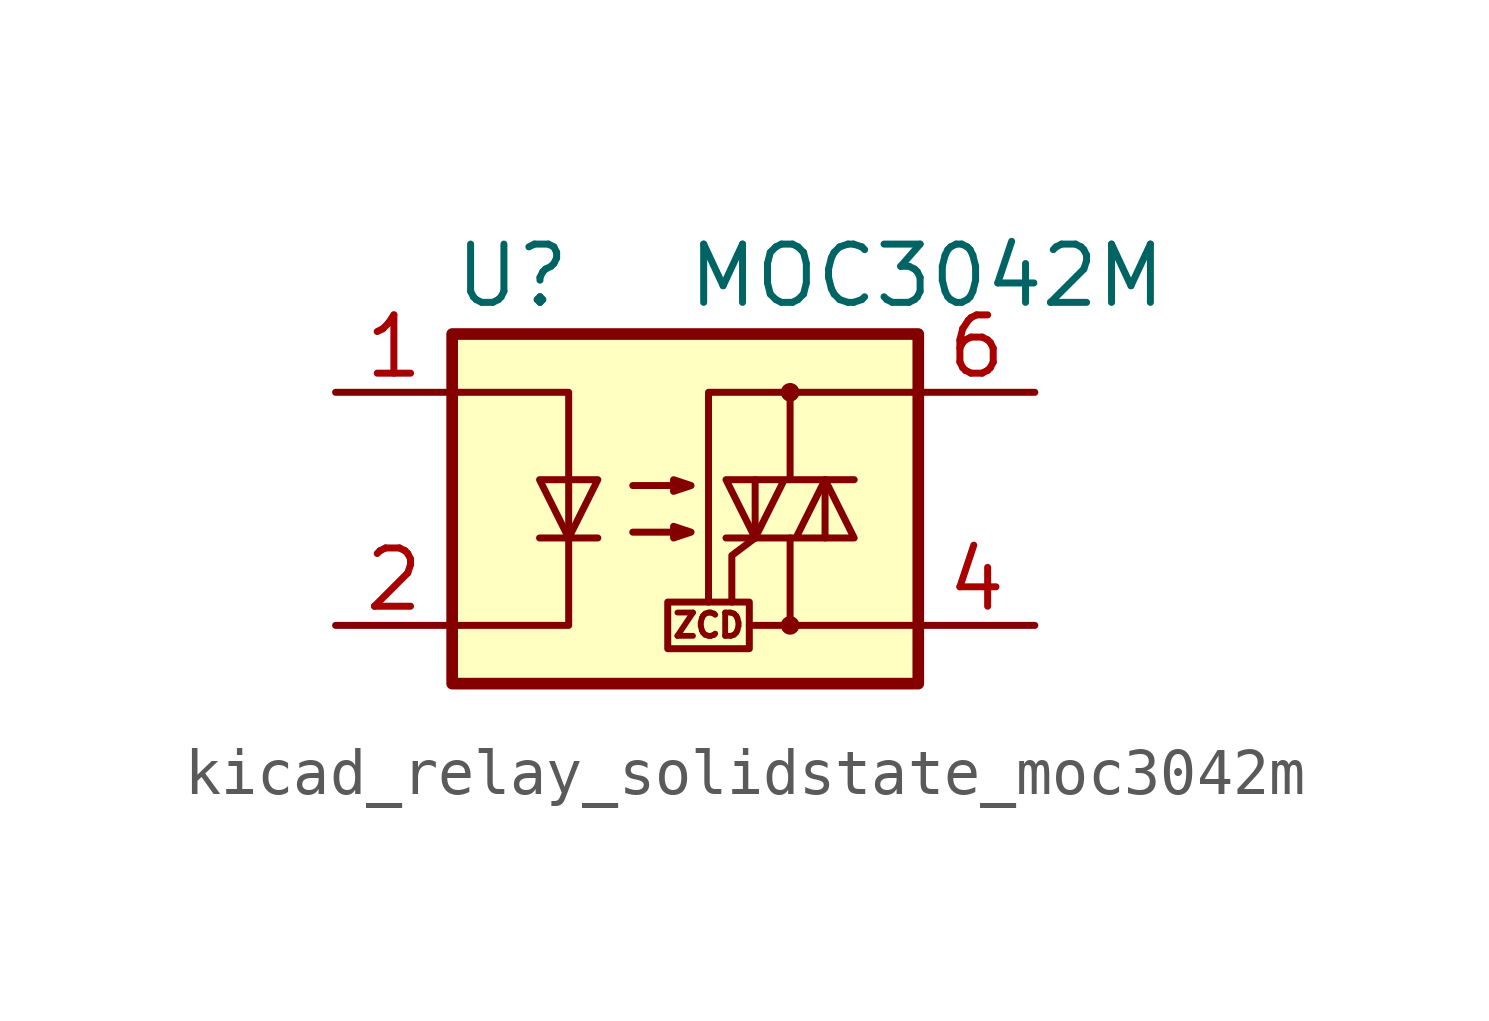
<source format=kicad_sym>
(kicad_symbol_lib
  (version 20220914)
  (generator kicad_symbol_editor)
  (symbol "kicad_relay_solidstate_moc3042m"
    (property "Reference" "U"
      (at -5.08 5.08 0)
      (effects (font (size 1.27 1.27)) (justify left)))
    (property "Value" "MOC3042M"
      (at 0 5.08 0)
      (effects (font (size 1.27 1.27)) (justify left)))
    (symbol "kicad_relay_solidstate_moc3042m_0_0"
      (rectangle (start -0.381 -2.032) (end 1.397 -3.048) (stroke (width 0) (type default)) (fill (type none)))
      (polyline (pts (xy 2.286 -2.54) (xy 1.397 -2.54)) (stroke (width 0) (type default)) (fill (type none)))
      (polyline (pts (xy 1.524 -0.635) (xy 1.016 -1.016) (xy 1.016 -2.032)) (stroke (width 0) (type default)) (fill (type none)))
      (text "ZCD" (at 0.508 -2.54 0) (effects (font (size 0.508 0.508)))))
    (symbol "kicad_relay_solidstate_moc3042m_0_1"
      (rectangle (start -5.08 3.81) (end 5.08 -3.81) (stroke (width 0.254) (type default)) (fill (type background)))
      (polyline (pts (xy -3.175 -0.635) (xy -1.905 -0.635)) (stroke (width 0) (type default)) (fill (type none)))
      (polyline (pts (xy 1.524 -0.635) (xy 1.524 0.635)) (stroke (width 0) (type default)) (fill (type none)))
      (polyline (pts (xy 3.048 0.635) (xy 3.048 -0.635)) (stroke (width 0) (type default)) (fill (type none)))
      (polyline (pts (xy 2.286 -0.635) (xy 2.286 -2.54) (xy 5.08 -2.54)) (stroke (width 0) (type default)) (fill (type none)))
      (polyline (pts (xy 2.286 0.635) (xy 2.286 2.54) (xy 5.08 2.54)) (stroke (width 0) (type default)) (fill (type none)))
      (polyline (pts (xy 2.286 2.54) (xy 0.508 2.54) (xy 0.508 -2.032)) (stroke (width 0) (type default)) (fill (type none)))
      (polyline (pts (xy -5.08 2.54) (xy -2.54 2.54) (xy -2.54 -2.54) (xy -5.08 -2.54)) (stroke (width 0) (type default)) (fill (type none)))
      (polyline (pts (xy -2.54 -0.635) (xy -3.175 0.635) (xy -1.905 0.635) (xy -2.54 -0.635)) (stroke (width 0) (type default)) (fill (type none)))
      (polyline (pts (xy 0.889 -0.635) (xy 3.683 -0.635) (xy 3.048 0.635) (xy 2.413 -0.635)) (stroke (width 0) (type default)) (fill (type none)))
      (polyline (pts (xy 3.683 0.635) (xy 0.889 0.635) (xy 1.524 -0.635) (xy 2.159 0.635)) (stroke (width 0) (type default)) (fill (type none)))
      (polyline (pts (xy -1.143 -0.508) (xy 0.127 -0.508) (xy -0.254 -0.635) (xy -0.254 -0.381) (xy 0.127 -0.508)) (stroke (width 0) (type default)) (fill (type none)))
      (polyline (pts (xy -1.143 0.508) (xy 0.127 0.508) (xy -0.254 0.381) (xy -0.254 0.635) (xy 0.127 0.508)) (stroke (width 0) (type default)) (fill (type none)))
      (circle (center 2.286 -2.54) (radius 0.127) (stroke (width 0) (type default)) (fill (type none)))
      (circle (center 2.286 2.54) (radius 0.127) (stroke (width 0) (type default)) (fill (type none))))
    (symbol "kicad_relay_solidstate_moc3042m_1_1"
      (pin passive line (at -7.62 2.54 0) (length 2.54) (name "~" (effects (font (size 1.27 1.27)))) (number "1" (effects (font (size 1.27 1.27)))))
      (pin passive line (at -7.62 -2.54 0) (length 2.54) (name "~" (effects (font (size 1.27 1.27)))) (number "2" (effects (font (size 1.27 1.27)))))
      (pin no_connect line (at -5.08 0 0) (length 2.54) hide (name "NC" (effects (font (size 1.27 1.27)))) (number "3" (effects (font (size 1.27 1.27)))))
      (pin passive line (at 7.62 -2.54 180) (length 2.54) (name "~" (effects (font (size 1.27 1.27)))) (number "4" (effects (font (size 1.27 1.27)))))
      (pin no_connect line (at 5.08 0 180) (length 2.54) hide (name "NC" (effects (font (size 1.27 1.27)))) (number "5" (effects (font (size 1.27 1.27)))))
      (pin passive line (at 7.62 2.54 180) (length 2.54) (name "~" (effects (font (size 1.27 1.27)))) (number "6" (effects (font (size 1.27 1.27))))))))
</source>
